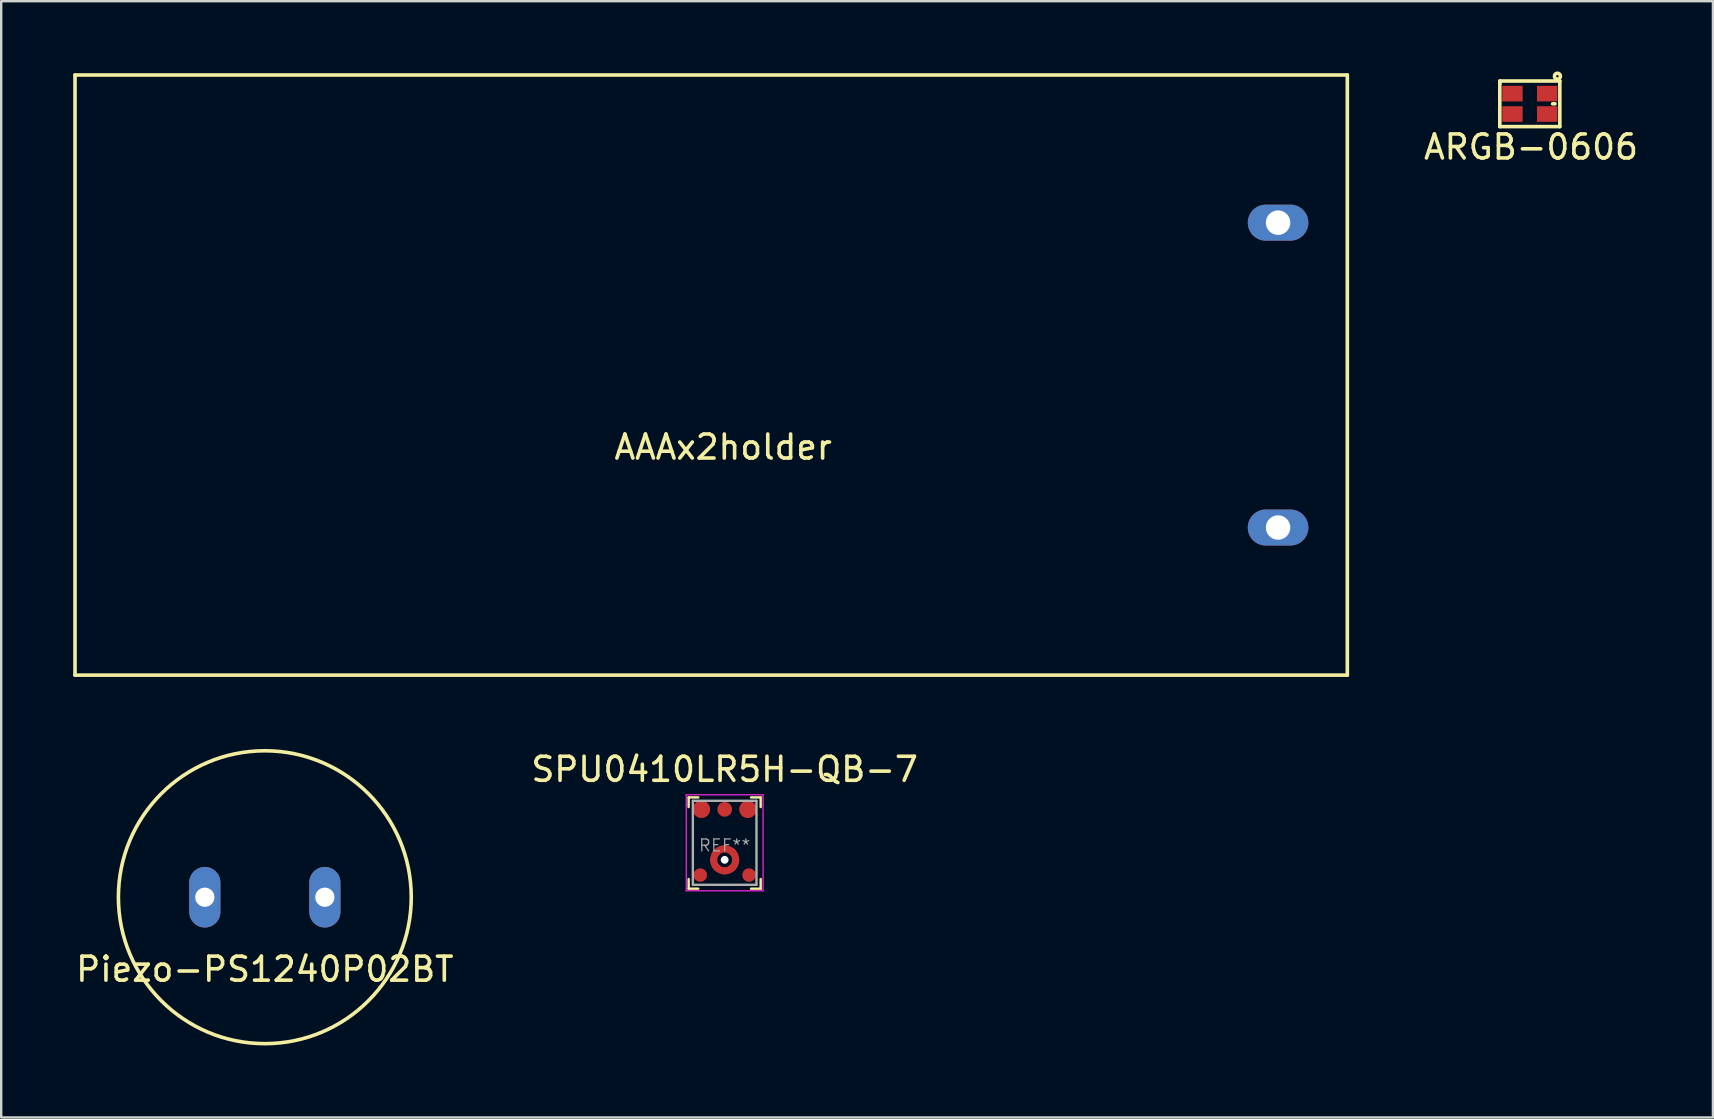
<source format=kicad_pcb>
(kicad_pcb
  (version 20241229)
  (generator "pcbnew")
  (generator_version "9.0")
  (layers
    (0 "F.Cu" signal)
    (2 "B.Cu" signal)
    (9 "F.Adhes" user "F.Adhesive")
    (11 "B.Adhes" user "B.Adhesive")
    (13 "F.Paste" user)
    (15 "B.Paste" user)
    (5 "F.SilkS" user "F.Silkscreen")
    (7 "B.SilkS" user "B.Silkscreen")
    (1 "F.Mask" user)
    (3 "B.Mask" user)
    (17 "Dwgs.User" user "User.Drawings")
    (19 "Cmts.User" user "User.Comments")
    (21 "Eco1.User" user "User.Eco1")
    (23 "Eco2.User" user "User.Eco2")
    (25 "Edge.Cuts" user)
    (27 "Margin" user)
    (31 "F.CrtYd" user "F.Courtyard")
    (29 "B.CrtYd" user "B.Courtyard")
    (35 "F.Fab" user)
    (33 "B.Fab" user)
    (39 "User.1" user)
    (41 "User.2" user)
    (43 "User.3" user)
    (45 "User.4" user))
  (footprint "AAAx2holder"
    (layer "F.Cu")
    (at 26.575 12.575)
    (property "Reference" "AAAx2holder" (at 0.5 3 0) (layer "F.SilkS") (effects (font (size 1 1) (thickness 0.15))))
    (attr through_hole)
    (fp_line (start -26.5 -12.5) (end 26.5 -12.5) (stroke (width 0.15) (type solid)) (layer "F.SilkS"))
    (fp_line (start -26.5 12.5) (end -26.5 -12.5) (stroke (width 0.15) (type solid)) (layer "F.SilkS"))
    (fp_line (start 26.5 -12.5) (end 26.5 12.5) (stroke (width 0.15) (type solid)) (layer "F.SilkS"))
    (fp_line (start 26.5 12.5) (end -26.5 12.5) (stroke (width 0.15) (type solid)) (layer "F.SilkS"))
    (pad "1" thru_hole oval (at 23.615 6.35 90) (size 1.5 2.524) (drill 1.02) (layers "*.Cu" "*.Mask"))
    (pad "2" thru_hole oval (at 23.615 -6.35 90) (size 1.5 2.524) (drill 1.02) (layers "*.Cu" "*.Mask")))
  (footprint "ARGB-0606"
    (layer "F.Cu")
    (at 60.677 1.275)
    (property "Reference" "ARGB-0606" (at 0.05 1.8 0) (layer "F.SilkS") (effects (font (size 1 1) (thickness 0.15))))
    (attr through_hole)
    (fp_line (start -1.25 -0.95) (end -1.25 -0.85) (stroke (width 0.15) (type solid)) (layer "F.SilkS"))
    (fp_line (start -1.25 -0.85) (end -1.25 0.95) (stroke (width 0.15) (type solid)) (layer "F.SilkS"))
    (fp_line (start -1.25 0.95) (end 1.25 0.95) (stroke (width 0.15) (type solid)) (layer "F.SilkS"))
    (fp_line (start 0.95 0) (end 1.05 0) (stroke (width 0.15) (type solid)) (layer "F.SilkS"))
    (fp_line (start 1.25 -0.95) (end -1.25 -0.95) (stroke (width 0.15) (type solid)) (layer "F.SilkS"))
    (fp_line (start 1.25 0.95) (end 1.25 -0.95) (stroke (width 0.15) (type solid)) (layer "F.SilkS"))
    (fp_circle (center 1.15 -1.15) (end 1.1 -1.15) (stroke (width 0.15) (type solid)) (fill no) (layer "F.SilkS"))
    (pad "1" smd rect (at 0.725 -0.425) (size 0.85 0.65) (layers "F.Cu" "F.Mask" "F.Paste"))
    (pad "2" smd rect (at 0.725 0.425) (size 0.85 0.65) (layers "F.Cu" "F.Mask" "F.Paste"))
    (pad "3" smd rect (at -0.725 -0.425) (size 0.85 0.65) (layers "F.Cu" "F.Mask" "F.Paste"))
    (pad "4" smd rect (at -0.725 0.425) (size 0.85 0.65) (layers "F.Cu" "F.Mask" "F.Paste")))
  (footprint "Piezo-PS1240P02BT"
    (layer "F.Cu")
    (at 7.982 34.325)
    (property "Reference" "Piezo-PS1240P02BT" (at 0 3 0) (layer "F.SilkS") (effects (font (size 1 1) (thickness 0.15))))
    (attr through_hole)
    (fp_circle (center 0 0) (end 6.1 0) (stroke (width 0.15) (type solid)) (fill no) (layer "F.SilkS"))
    (pad "1" thru_hole oval (at -2.5 0) (size 1.3 2.524) (drill 0.8) (layers "*.Cu" "*.Mask"))
    (pad "2" thru_hole oval (at 2.5 0) (size 1.3 2.524) (drill 0.8) (layers "*.Cu" "*.Mask")))
  (footprint "SPU0410LR5H-QB-7"
    (layer "F.Cu")
    (at 27.137 32.768)
    (property "Reference" "SPU0410LR5H-QB-7" (at 0 -3.77 0) (layer "F.SilkS") (effects (font (size 1 1) (thickness 0.15))))
    (attr through_hole)
    (fp_circle (center 0 0) (end 0.459 0) (stroke (width 0.3) (type solid)) (fill no) (layer "F.Cu"))
    (fp_line (start -1.5 -2.6) (end -1.5 -2.2) (stroke (width 0.1) (type solid)) (layer "F.SilkS"))
    (fp_line (start -1.5 0.8) (end -1.5 1.2) (stroke (width 0.1) (type solid)) (layer "F.SilkS"))
    (fp_line (start -1.5 1.2) (end -1.1 1.2) (stroke (width 0.1) (type solid)) (layer "F.SilkS"))
    (fp_line (start -1.1 -2.6) (end -1.5 -2.6) (stroke (width 0.1) (type solid)) (layer "F.SilkS"))
    (fp_line (start 1.1 -2.6) (end 1.5 -2.6) (stroke (width 0.1) (type solid)) (layer "F.SilkS"))
    (fp_line (start 1.5 -2.6) (end 1.5 -2.2) (stroke (width 0.1) (type solid)) (layer "F.SilkS"))
    (fp_line (start 1.5 0.8) (end 1.5 1.2) (stroke (width 0.1) (type solid)) (layer "F.SilkS"))
    (fp_line (start 1.5 1.2) (end 1.1 1.2) (stroke (width 0.1) (type solid)) (layer "F.SilkS"))
    (fp_line (start -1.6 -2.71) (end -1.6 1.29) (stroke (width 0.05) (type solid)) (layer "F.CrtYd"))
    (fp_line (start -1.6 -2.71) (end 1.6 -2.71) (stroke (width 0.05) (type solid)) (layer "F.CrtYd"))
    (fp_line (start -1.6 1.29) (end 1.6 1.29) (stroke (width 0.05) (type solid)) (layer "F.CrtYd"))
    (fp_line (start 1.6 -2.71) (end 1.6 1.29) (stroke (width 0.05) (type solid)) (layer "F.CrtYd"))
    (fp_line (start -1.325 -2.46) (end -1.325 1.04) (stroke (width 0.1) (type solid)) (layer "F.Fab"))
    (fp_line (start -1.32 -2.46) (end 1.32 -2.46) (stroke (width 0.1) (type solid)) (layer "F.Fab"))
    (fp_line (start -1.32 1.04) (end 1.32 1.04) (stroke (width 0.1) (type solid)) (layer "F.Fab"))
    (fp_line (start 1.325 -2.46) (end 1.325 1.04) (stroke (width 0.1) (type solid)) (layer "F.Fab"))
    (fp_text user "REF**" (at 0 -0.6 0) (layer "F.Fab") (effects (font (size 0.5 0.5) (thickness 0.05))))
    (pad "" np_thru_hole circle (at 0 0) (size 0.325 0.325) (drill 0.325) (layers "*.Cu" "*.Mask"))
    (pad "1" smd circle (at -0.966 -2.103) (size 0.723 0.723) (layers "F.Cu" "F.Mask" "F.Paste"))
    (pad "2" smd circle (at -1.015 0.634) (size 0.562 0.562) (layers "F.Cu" "F.Mask" "F.Paste"))
    (pad "3" smd circle (at 1.015 0.634) (size 0.562 0.562) (layers "F.Cu" "F.Mask" "F.Paste"))
    (pad "4" smd circle (at 0.966 -2.103) (size 0.723 0.723) (layers "F.Cu" "F.Mask" "F.Paste"))
    (pad "5" smd circle (at 0 -2.103) (size 0.612 0.612) (layers "F.Cu" "F.Mask" "F.Paste"))
    (pad "6" smd circle (at -0.459 0) (size 0.3 0.3) (layers "F.Cu" "F.Mask" "F.Paste"))
    (pad "6" smd circle (at -0.324 -0.324) (size 0.3 0.3) (layers "F.Cu" "F.Mask" "F.Paste"))
    (pad "6" smd circle (at -0.324 0.324) (size 0.3 0.3) (layers "F.Cu" "F.Mask" "F.Paste"))
    (pad "6" smd circle (at 0 -0.459) (size 0.3 0.3) (layers "F.Cu" "F.Mask" "F.Paste"))
    (pad "6" smd circle (at 0 0.459) (size 0.3 0.3) (layers "F.Cu" "F.Mask" "F.Paste"))
    (pad "6" smd circle (at 0.324 -0.324) (size 0.3 0.3) (layers "F.Cu" "F.Mask" "F.Paste"))
    (pad "6" smd circle (at 0.324 0.324) (size 0.3 0.3) (layers "F.Cu" "F.Mask" "F.Paste"))
    (pad "6" smd circle (at 0.459 0) (size 0.3 0.3) (layers "F.Cu" "F.Mask" "F.Paste")))
  (gr_rect
    (start -3 -3)
    (end 68.305 43.5)
    (stroke (width 0.1) (type default))
    (fill no)
    (layer "Edge.Cuts")))
</source>
